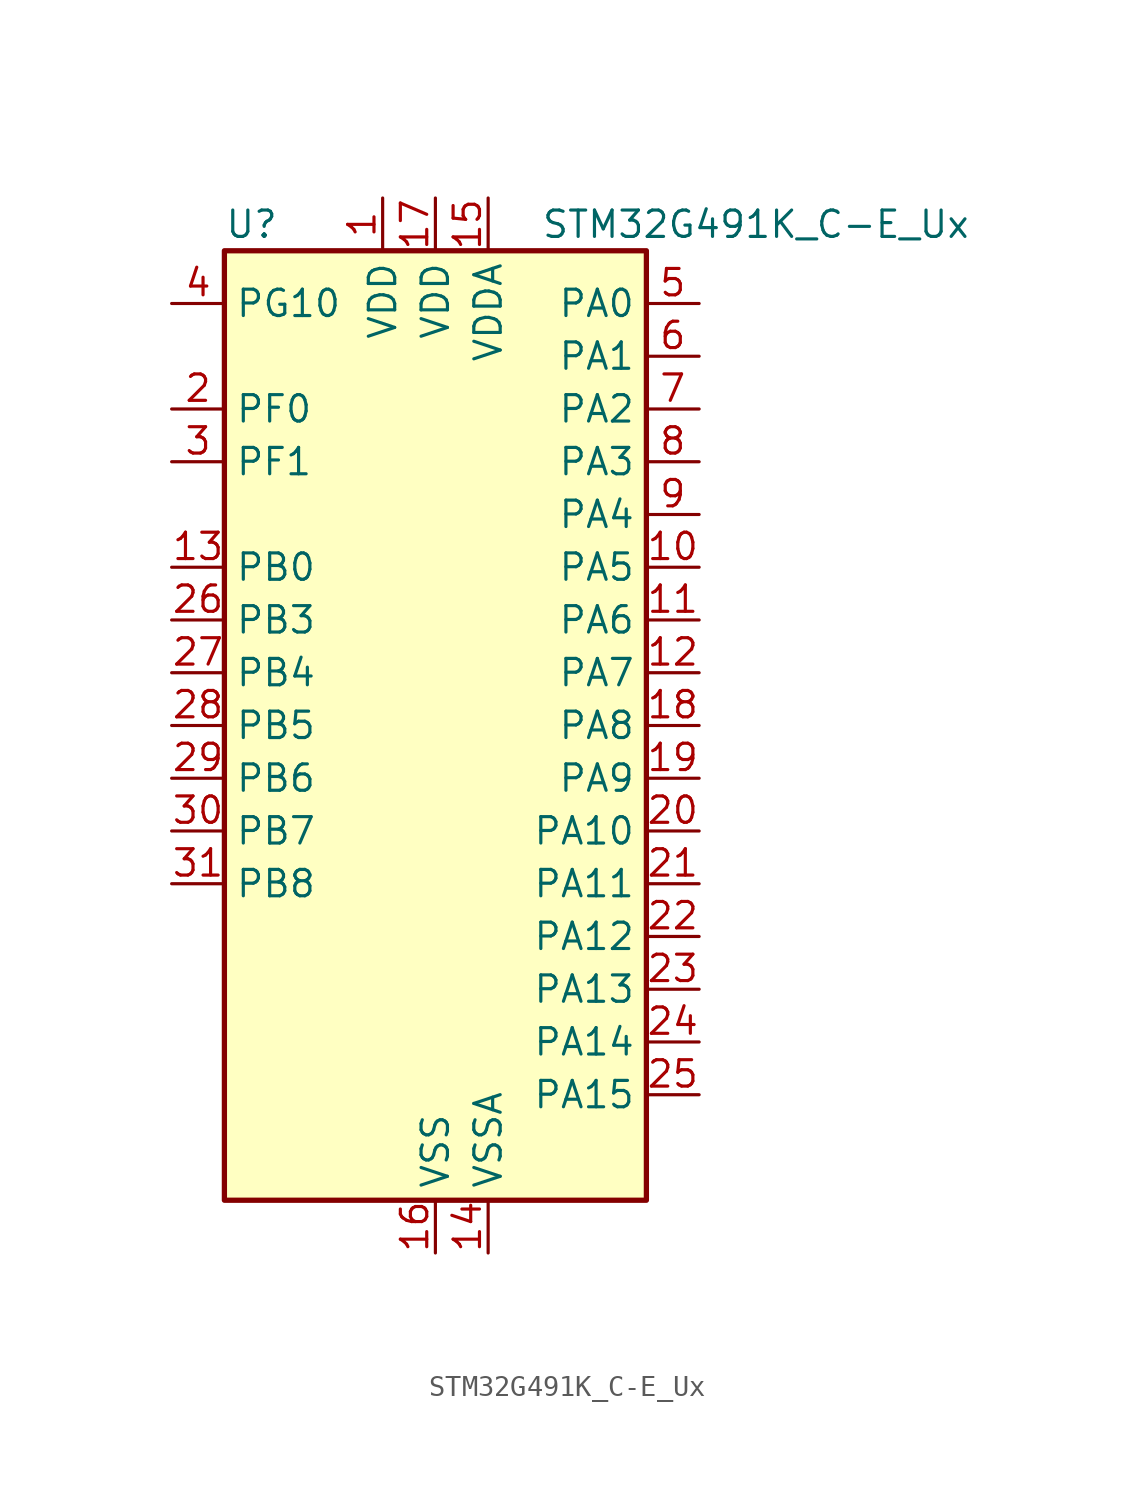
<source format=kicad_sym>
(kicad_symbol_lib
  (version 20231120)
  (generator "kicad_symbol_editor")
  (generator_version "8.0")
  (symbol "STM32G491K_C-E_Ux"
    (property "Reference" "U"
      (at -10.16 24.13 0)
      (effects (font (size 1.27 1.27)) (justify left)))
    (property "Value" "STM32G491K_C-E_Ux"
      (at 5.08 24.13 0)
      (effects (font (size 1.27 1.27)) (justify left)))
    (property "ki_locked" ""
      (at 0 0 0)
      (effects (font (size 1.27 1.27))))
    (symbol "STM32G491K_C-E_Ux_0_1"
      (rectangle (start -10.16 -22.86) (end 10.16 22.86) (stroke (width 0.254) (type default)) (fill (type background))))
    (symbol "STM32G491K_C-E_Ux_1_1"
      (pin power_in line (at -2.54 25.4 270) (length 2.54) (name "VDD" (effects (font (size 1.27 1.27)))) (number "1" (effects (font (size 1.27 1.27)))))
      (pin bidirectional line (at 12.7 7.62 180) (length 2.54) (name "PA5" (effects (font (size 1.27 1.27)))) (number "10" (effects (font (size 1.27 1.27)))) (alternate "ADC2_IN13" bidirectional line) (alternate "COMP2_INM" bidirectional line) (alternate "DAC1_OUT2" bidirectional line) (alternate "OPAMP2_VINM" bidirectional line) (alternate "OPAMP2_VINM0" bidirectional line) (alternate "OPAMP2_VINM_SEC" bidirectional line) (alternate "SPI1_SCK" bidirectional line) (alternate "TIM2_CH1" bidirectional line) (alternate "TIM2_ETR" bidirectional line) (alternate "UCPD1_FRSTX1" bidirectional line) (alternate "UCPD1_FRSTX2" bidirectional line))
      (pin bidirectional line (at 12.7 5.08 180) (length 2.54) (name "PA6" (effects (font (size 1.27 1.27)))) (number "11" (effects (font (size 1.27 1.27)))) (alternate "ADC2_IN3" bidirectional line) (alternate "COMP1_OUT" bidirectional line) (alternate "LPUART1_CTS" bidirectional line) (alternate "OPAMP2_VOUT" bidirectional line) (alternate "QUADSPI1_BK1_IO3" bidirectional line) (alternate "SPI1_MISO" bidirectional line) (alternate "TIM16_CH1" bidirectional line) (alternate "TIM1_BKIN" bidirectional line) (alternate "TIM3_CH1" bidirectional line) (alternate "TIM8_BKIN" bidirectional line))
      (pin bidirectional line (at 12.7 2.54 180) (length 2.54) (name "PA7" (effects (font (size 1.27 1.27)))) (number "12" (effects (font (size 1.27 1.27)))) (alternate "ADC2_IN4" bidirectional line) (alternate "COMP2_INP" bidirectional line) (alternate "COMP2_OUT" bidirectional line) (alternate "OPAMP1_VINP" bidirectional line) (alternate "OPAMP1_VINP_SEC" bidirectional line) (alternate "OPAMP2_VINP" bidirectional line) (alternate "OPAMP2_VINP_SEC" bidirectional line) (alternate "QUADSPI1_BK1_IO2" bidirectional line) (alternate "SPI1_MOSI" bidirectional line) (alternate "TIM17_CH1" bidirectional line) (alternate "TIM1_CH1N" bidirectional line) (alternate "TIM3_CH2" bidirectional line) (alternate "TIM8_CH1N" bidirectional line) (alternate "UCPD1_FRSTX1" bidirectional line) (alternate "UCPD1_FRSTX2" bidirectional line))
      (pin bidirectional line (at -12.7 7.62 0) (length 2.54) (name "PB0" (effects (font (size 1.27 1.27)))) (number "13" (effects (font (size 1.27 1.27)))) (alternate "ADC1_IN15" bidirectional line) (alternate "ADC3_IN12" bidirectional line) (alternate "COMP4_INP" bidirectional line) (alternate "OPAMP2_VINP" bidirectional line) (alternate "OPAMP2_VINP_SEC" bidirectional line) (alternate "OPAMP3_VINP" bidirectional line) (alternate "OPAMP3_VINP_SEC" bidirectional line) (alternate "QUADSPI1_BK1_IO1" bidirectional line) (alternate "TIM1_CH2N" bidirectional line) (alternate "TIM3_CH3" bidirectional line) (alternate "TIM8_CH2N" bidirectional line) (alternate "UCPD1_FRSTX1" bidirectional line) (alternate "UCPD1_FRSTX2" bidirectional line))
      (pin power_in line (at 2.54 -25.4 90) (length 2.54) (name "VSSA" (effects (font (size 1.27 1.27)))) (number "14" (effects (font (size 1.27 1.27)))))
      (pin power_in line (at 2.54 25.4 270) (length 2.54) (name "VDDA" (effects (font (size 1.27 1.27)))) (number "15" (effects (font (size 1.27 1.27)))))
      (pin power_in line (at 0 -25.4 90) (length 2.54) (name "VSS" (effects (font (size 1.27 1.27)))) (number "16" (effects (font (size 1.27 1.27)))))
      (pin power_in line (at 0 25.4 270) (length 2.54) (name "VDD" (effects (font (size 1.27 1.27)))) (number "17" (effects (font (size 1.27 1.27)))))
      (pin bidirectional line (at 12.7 0 180) (length 2.54) (name "PA8" (effects (font (size 1.27 1.27)))) (number "18" (effects (font (size 1.27 1.27)))) (alternate "I2C2_SDA" bidirectional line) (alternate "I2C3_SCL" bidirectional line) (alternate "I2S2_MCK" bidirectional line) (alternate "RCC_MCO" bidirectional line) (alternate "SAI1_CK2" bidirectional line) (alternate "SAI1_SCK_A" bidirectional line) (alternate "TIM1_CH1" bidirectional line) (alternate "TIM4_ETR" bidirectional line) (alternate "USART1_CK" bidirectional line))
      (pin bidirectional line (at 12.7 -2.54 180) (length 2.54) (name "PA9" (effects (font (size 1.27 1.27)))) (number "19" (effects (font (size 1.27 1.27)))) (alternate "DAC1_EXTI9" bidirectional line) (alternate "DAC3_EXTI9" bidirectional line) (alternate "I2C2_SCL" bidirectional line) (alternate "I2C3_SMBA" bidirectional line) (alternate "I2S3_MCK" bidirectional line) (alternate "SAI1_FS_A" bidirectional line) (alternate "TIM15_BKIN" bidirectional line) (alternate "TIM1_CH2" bidirectional line) (alternate "TIM2_CH3" bidirectional line) (alternate "UCPD1_DBCC1" bidirectional line) (alternate "USART1_TX" bidirectional line))
      (pin bidirectional line (at -12.7 15.24 0) (length 2.54) (name "PF0" (effects (font (size 1.27 1.27)))) (number "2" (effects (font (size 1.27 1.27)))) (alternate "ADC1_IN10" bidirectional line) (alternate "I2C2_SDA" bidirectional line) (alternate "I2S2_WS" bidirectional line) (alternate "RCC_OSC_IN" bidirectional line) (alternate "SPI2_NSS" bidirectional line) (alternate "TIM1_CH3N" bidirectional line))
      (pin bidirectional line (at 12.7 -5.08 180) (length 2.54) (name "PA10" (effects (font (size 1.27 1.27)))) (number "20" (effects (font (size 1.27 1.27)))) (alternate "CRS_SYNC" bidirectional line) (alternate "DAC1_EXTI10" bidirectional line) (alternate "DAC3_EXTI10" bidirectional line) (alternate "I2C2_SMBA" bidirectional line) (alternate "SAI1_D1" bidirectional line) (alternate "SAI1_SD_A" bidirectional line) (alternate "SPI2_MISO" bidirectional line) (alternate "TIM17_BKIN" bidirectional line) (alternate "TIM1_CH3" bidirectional line) (alternate "TIM2_CH4" bidirectional line) (alternate "TIM8_BKIN" bidirectional line) (alternate "UCPD1_DBCC2" bidirectional line) (alternate "USART1_RX" bidirectional line))
      (pin bidirectional line (at 12.7 -7.62 180) (length 2.54) (name "PA11" (effects (font (size 1.27 1.27)))) (number "21" (effects (font (size 1.27 1.27)))) (alternate "ADC1_EXTI11" bidirectional line) (alternate "ADC2_EXTI11" bidirectional line) (alternate "COMP1_OUT" bidirectional line) (alternate "FDCAN1_RX" bidirectional line) (alternate "I2S2_SD" bidirectional line) (alternate "SPI2_MOSI" bidirectional line) (alternate "TIM1_BKIN2" bidirectional line) (alternate "TIM1_CH1N" bidirectional line) (alternate "TIM1_CH4" bidirectional line) (alternate "TIM4_CH1" bidirectional line) (alternate "USART1_CTS" bidirectional line) (alternate "USART1_NSS" bidirectional line) (alternate "USB_DM" bidirectional line))
      (pin bidirectional line (at 12.7 -10.16 180) (length 2.54) (name "PA12" (effects (font (size 1.27 1.27)))) (number "22" (effects (font (size 1.27 1.27)))) (alternate "COMP2_OUT" bidirectional line) (alternate "FDCAN1_TX" bidirectional line) (alternate "I2S_CKIN" bidirectional line) (alternate "TIM16_CH1" bidirectional line) (alternate "TIM1_CH2N" bidirectional line) (alternate "TIM1_ETR" bidirectional line) (alternate "TIM4_CH2" bidirectional line) (alternate "USART1_DE" bidirectional line) (alternate "USART1_RTS" bidirectional line) (alternate "USB_DP" bidirectional line))
      (pin bidirectional line (at 12.7 -12.7 180) (length 2.54) (name "PA13" (effects (font (size 1.27 1.27)))) (number "23" (effects (font (size 1.27 1.27)))) (alternate "I2C1_SCL" bidirectional line) (alternate "IR_OUT" bidirectional line) (alternate "SAI1_SD_B" bidirectional line) (alternate "SYS_JTMS-SWDIO" bidirectional line) (alternate "TIM16_CH1N" bidirectional line) (alternate "TIM4_CH3" bidirectional line))
      (pin bidirectional line (at 12.7 -15.24 180) (length 2.54) (name "PA14" (effects (font (size 1.27 1.27)))) (number "24" (effects (font (size 1.27 1.27)))) (alternate "I2C1_SDA" bidirectional line) (alternate "LPTIM1_OUT" bidirectional line) (alternate "SAI1_FS_B" bidirectional line) (alternate "SYS_JTCK-SWCLK" bidirectional line) (alternate "TIM1_BKIN" bidirectional line) (alternate "TIM8_CH2" bidirectional line) (alternate "USART2_TX" bidirectional line))
      (pin bidirectional line (at 12.7 -17.78 180) (length 2.54) (name "PA15" (effects (font (size 1.27 1.27)))) (number "25" (effects (font (size 1.27 1.27)))) (alternate "ADC1_EXTI15" bidirectional line) (alternate "ADC2_EXTI15" bidirectional line) (alternate "I2C1_SCL" bidirectional line) (alternate "I2S3_WS" bidirectional line) (alternate "SPI1_NSS" bidirectional line) (alternate "SPI3_NSS" bidirectional line) (alternate "SYS_JTDI" bidirectional line) (alternate "TIM1_BKIN" bidirectional line) (alternate "TIM20_ETR" bidirectional line) (alternate "TIM2_CH1" bidirectional line) (alternate "TIM2_ETR" bidirectional line) (alternate "TIM8_CH1" bidirectional line) (alternate "USART2_RX" bidirectional line))
      (pin bidirectional line (at -12.7 5.08 0) (length 2.54) (name "PB3" (effects (font (size 1.27 1.27)))) (number "26" (effects (font (size 1.27 1.27)))) (alternate "ADC3_EXTI3" bidirectional line) (alternate "CRS_SYNC" bidirectional line) (alternate "I2S3_CK" bidirectional line) (alternate "SAI1_SCK_B" bidirectional line) (alternate "SPI1_SCK" bidirectional line) (alternate "SPI3_SCK" bidirectional line) (alternate "SYS_JTDO-SWO" bidirectional line) (alternate "TIM2_CH2" bidirectional line) (alternate "TIM3_ETR" bidirectional line) (alternate "TIM4_ETR" bidirectional line) (alternate "TIM8_CH1N" bidirectional line) (alternate "USART2_TX" bidirectional line))
      (pin bidirectional line (at -12.7 2.54 0) (length 2.54) (name "PB4" (effects (font (size 1.27 1.27)))) (number "27" (effects (font (size 1.27 1.27)))) (alternate "SAI1_MCLK_B" bidirectional line) (alternate "SPI1_MISO" bidirectional line) (alternate "SPI3_MISO" bidirectional line) (alternate "SYS_JTRST" bidirectional line) (alternate "TIM16_CH1" bidirectional line) (alternate "TIM17_BKIN" bidirectional line) (alternate "TIM3_CH1" bidirectional line) (alternate "TIM8_CH2N" bidirectional line) (alternate "UCPD1_CC2" bidirectional line) (alternate "USART2_RX" bidirectional line))
      (pin bidirectional line (at -12.7 0 0) (length 2.54) (name "PB5" (effects (font (size 1.27 1.27)))) (number "28" (effects (font (size 1.27 1.27)))) (alternate "FDCAN2_RX" bidirectional line) (alternate "I2C1_SMBA" bidirectional line) (alternate "I2C3_SDA" bidirectional line) (alternate "I2S3_SD" bidirectional line) (alternate "LPTIM1_IN1" bidirectional line) (alternate "SAI1_SD_B" bidirectional line) (alternate "SPI1_MOSI" bidirectional line) (alternate "SPI3_MOSI" bidirectional line) (alternate "TIM16_BKIN" bidirectional line) (alternate "TIM17_CH1" bidirectional line) (alternate "TIM3_CH2" bidirectional line) (alternate "TIM8_CH3N" bidirectional line) (alternate "USART2_CK" bidirectional line))
      (pin bidirectional line (at -12.7 -2.54 0) (length 2.54) (name "PB6" (effects (font (size 1.27 1.27)))) (number "29" (effects (font (size 1.27 1.27)))) (alternate "COMP4_OUT" bidirectional line) (alternate "FDCAN2_TX" bidirectional line) (alternate "LPTIM1_ETR" bidirectional line) (alternate "SAI1_FS_B" bidirectional line) (alternate "TIM16_CH1N" bidirectional line) (alternate "TIM4_CH1" bidirectional line) (alternate "TIM8_BKIN2" bidirectional line) (alternate "TIM8_CH1" bidirectional line) (alternate "TIM8_ETR" bidirectional line) (alternate "UCPD1_CC1" bidirectional line) (alternate "USART1_TX" bidirectional line))
      (pin bidirectional line (at -12.7 12.7 0) (length 2.54) (name "PF1" (effects (font (size 1.27 1.27)))) (number "3" (effects (font (size 1.27 1.27)))) (alternate "ADC2_IN10" bidirectional line) (alternate "COMP3_INM" bidirectional line) (alternate "I2S2_CK" bidirectional line) (alternate "RCC_OSC_OUT" bidirectional line) (alternate "SPI2_SCK" bidirectional line))
      (pin bidirectional line (at -12.7 -5.08 0) (length 2.54) (name "PB7" (effects (font (size 1.27 1.27)))) (number "30" (effects (font (size 1.27 1.27)))) (alternate "COMP3_OUT" bidirectional line) (alternate "I2C1_SDA" bidirectional line) (alternate "LPTIM1_IN2" bidirectional line) (alternate "SYS_PVD_IN" bidirectional line) (alternate "TIM17_CH1N" bidirectional line) (alternate "TIM3_CH4" bidirectional line) (alternate "TIM4_CH2" bidirectional line) (alternate "TIM8_BKIN" bidirectional line) (alternate "USART1_RX" bidirectional line))
      (pin bidirectional line (at -12.7 -7.62 0) (length 2.54) (name "PB8" (effects (font (size 1.27 1.27)))) (number "31" (effects (font (size 1.27 1.27)))) (alternate "COMP1_OUT" bidirectional line) (alternate "FDCAN1_RX" bidirectional line) (alternate "I2C1_SCL" bidirectional line) (alternate "SAI1_CK1" bidirectional line) (alternate "SAI1_MCLK_A" bidirectional line) (alternate "TIM16_CH1" bidirectional line) (alternate "TIM1_BKIN" bidirectional line) (alternate "TIM4_CH3" bidirectional line) (alternate "TIM8_CH2" bidirectional line))
      (pin passive line (at 0 -25.4 90) (length 2.54) hide (name "VSS" (effects (font (size 1.27 1.27)))) (number "32" (effects (font (size 1.27 1.27)))))
      (pin passive line (at 0 -25.4 90) (length 2.54) hide (name "VSS" (effects (font (size 1.27 1.27)))) (number "33" (effects (font (size 1.27 1.27)))))
      (pin bidirectional line (at -12.7 20.32 0) (length 2.54) (name "PG10" (effects (font (size 1.27 1.27)))) (number "4" (effects (font (size 1.27 1.27)))) (alternate "DAC1_EXTI10" bidirectional line) (alternate "DAC3_EXTI10" bidirectional line) (alternate "RCC_MCO" bidirectional line))
      (pin bidirectional line (at 12.7 20.32 180) (length 2.54) (name "PA0" (effects (font (size 1.27 1.27)))) (number "5" (effects (font (size 1.27 1.27)))) (alternate "ADC1_IN1" bidirectional line) (alternate "ADC2_IN1" bidirectional line) (alternate "COMP1_INM" bidirectional line) (alternate "COMP1_OUT" bidirectional line) (alternate "COMP3_INP" bidirectional line) (alternate "RTC_TAMP2" bidirectional line) (alternate "SYS_WKUP1" bidirectional line) (alternate "TIM2_CH1" bidirectional line) (alternate "TIM2_ETR" bidirectional line) (alternate "TIM8_BKIN" bidirectional line) (alternate "TIM8_ETR" bidirectional line) (alternate "USART2_CTS" bidirectional line) (alternate "USART2_NSS" bidirectional line))
      (pin bidirectional line (at 12.7 17.78 180) (length 2.54) (name "PA1" (effects (font (size 1.27 1.27)))) (number "6" (effects (font (size 1.27 1.27)))) (alternate "ADC1_IN2" bidirectional line) (alternate "ADC2_IN2" bidirectional line) (alternate "COMP1_INP" bidirectional line) (alternate "OPAMP1_VINP" bidirectional line) (alternate "OPAMP1_VINP_SEC" bidirectional line) (alternate "OPAMP3_VINP" bidirectional line) (alternate "OPAMP3_VINP_SEC" bidirectional line) (alternate "OPAMP6_VINM" bidirectional line) (alternate "OPAMP6_VINM0" bidirectional line) (alternate "OPAMP6_VINM_SEC" bidirectional line) (alternate "RTC_REFIN" bidirectional line) (alternate "TIM15_CH1N" bidirectional line) (alternate "TIM2_CH2" bidirectional line) (alternate "USART2_DE" bidirectional line) (alternate "USART2_RTS" bidirectional line))
      (pin bidirectional line (at 12.7 15.24 180) (length 2.54) (name "PA2" (effects (font (size 1.27 1.27)))) (number "7" (effects (font (size 1.27 1.27)))) (alternate "ADC1_IN3" bidirectional line) (alternate "ADC3_EXTI2" bidirectional line) (alternate "COMP2_INM" bidirectional line) (alternate "COMP2_OUT" bidirectional line) (alternate "LPUART1_TX" bidirectional line) (alternate "OPAMP1_VOUT" bidirectional line) (alternate "QUADSPI1_BK1_NCS" bidirectional line) (alternate "RCC_LSCO" bidirectional line) (alternate "SYS_WKUP4" bidirectional line) (alternate "TIM15_CH1" bidirectional line) (alternate "TIM2_CH3" bidirectional line) (alternate "UCPD1_FRSTX1" bidirectional line) (alternate "UCPD1_FRSTX2" bidirectional line) (alternate "USART2_TX" bidirectional line))
      (pin bidirectional line (at 12.7 12.7 180) (length 2.54) (name "PA3" (effects (font (size 1.27 1.27)))) (number "8" (effects (font (size 1.27 1.27)))) (alternate "ADC1_IN4" bidirectional line) (alternate "ADC3_EXTI3" bidirectional line) (alternate "COMP2_INP" bidirectional line) (alternate "LPUART1_RX" bidirectional line) (alternate "OPAMP1_VINM" bidirectional line) (alternate "OPAMP1_VINM0" bidirectional line) (alternate "OPAMP1_VINM_SEC" bidirectional line) (alternate "OPAMP1_VINP" bidirectional line) (alternate "OPAMP1_VINP_SEC" bidirectional line) (alternate "QUADSPI1_CLK" bidirectional line) (alternate "SAI1_CK1" bidirectional line) (alternate "SAI1_MCLK_A" bidirectional line) (alternate "TIM15_CH2" bidirectional line) (alternate "TIM2_CH4" bidirectional line) (alternate "USART2_RX" bidirectional line))
      (pin bidirectional line (at 12.7 10.16 180) (length 2.54) (name "PA4" (effects (font (size 1.27 1.27)))) (number "9" (effects (font (size 1.27 1.27)))) (alternate "ADC2_IN17" bidirectional line) (alternate "COMP1_INM" bidirectional line) (alternate "DAC1_OUT1" bidirectional line) (alternate "I2S3_WS" bidirectional line) (alternate "SAI1_FS_B" bidirectional line) (alternate "SPI1_NSS" bidirectional line) (alternate "SPI3_NSS" bidirectional line) (alternate "TIM3_CH2" bidirectional line) (alternate "USART2_CK" bidirectional line)))))
</source>
